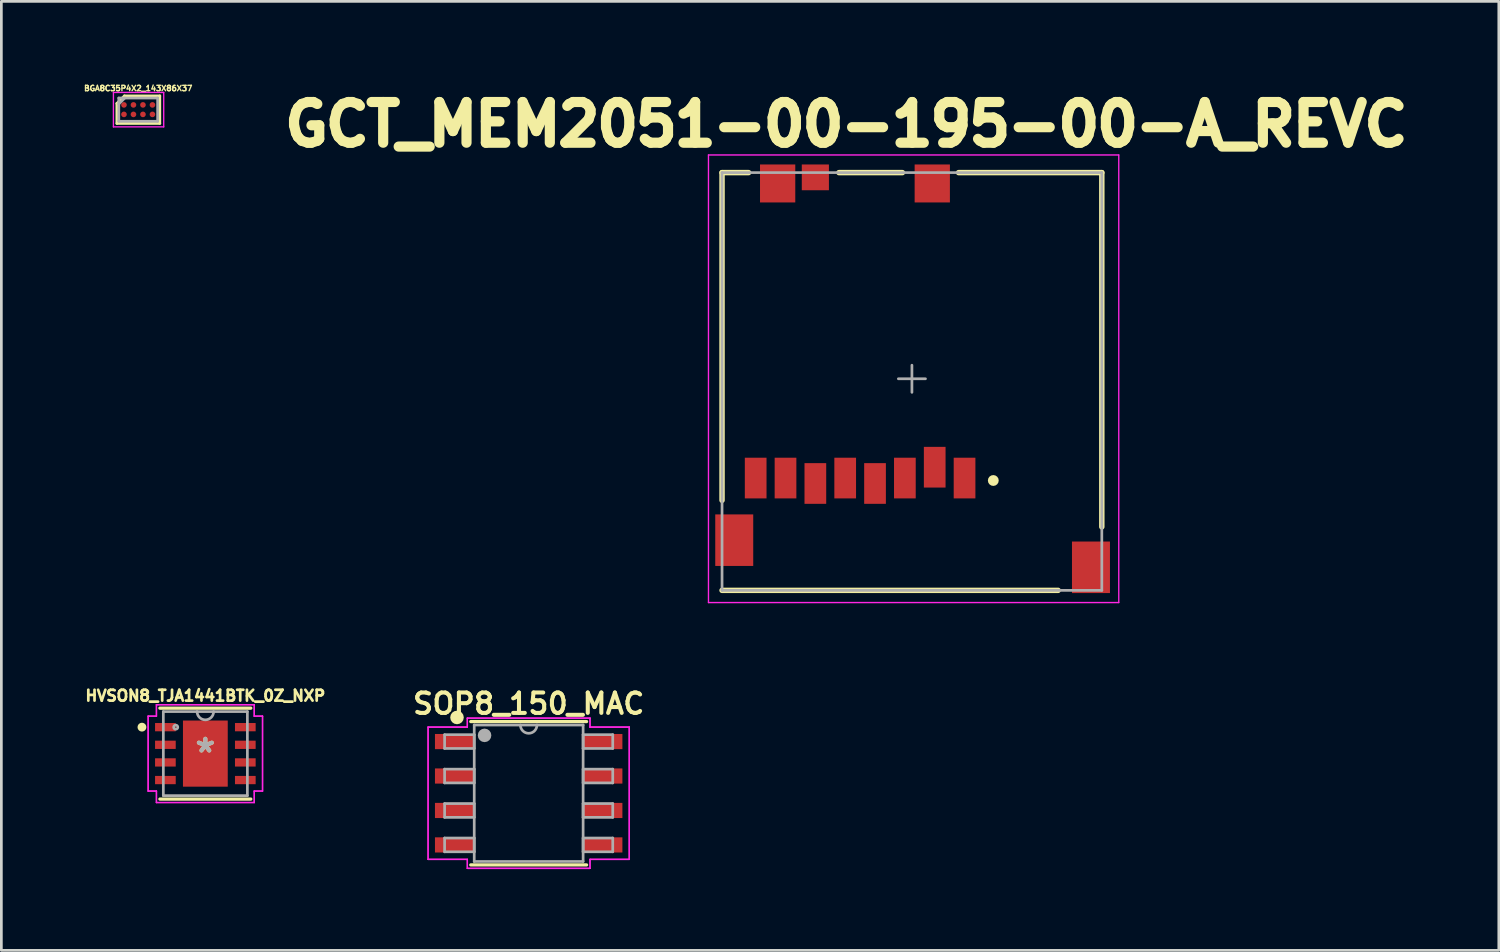
<source format=kicad_pcb>
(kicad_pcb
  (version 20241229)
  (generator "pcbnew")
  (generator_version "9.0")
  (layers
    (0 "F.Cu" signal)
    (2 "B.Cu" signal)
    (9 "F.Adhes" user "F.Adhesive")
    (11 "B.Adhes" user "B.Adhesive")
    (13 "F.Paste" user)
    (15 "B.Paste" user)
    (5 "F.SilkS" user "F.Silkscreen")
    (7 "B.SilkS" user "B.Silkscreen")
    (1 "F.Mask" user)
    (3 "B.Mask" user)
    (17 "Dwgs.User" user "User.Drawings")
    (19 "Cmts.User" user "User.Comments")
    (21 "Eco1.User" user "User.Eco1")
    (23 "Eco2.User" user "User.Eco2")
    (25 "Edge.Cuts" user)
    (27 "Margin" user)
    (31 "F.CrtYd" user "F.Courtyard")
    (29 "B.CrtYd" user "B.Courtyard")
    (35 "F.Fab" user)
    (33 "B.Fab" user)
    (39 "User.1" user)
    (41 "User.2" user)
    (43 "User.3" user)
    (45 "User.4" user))
  (footprint "BGA8C35P4X2_143X86X37"
    (layer "F.Cu")
    (at 2.045 0.992)
    (property "Reference" "BGA8C35P4X2_143X86X37" (at 0 -0.787 0) (layer "F.SilkS") (effects (font (size 0.2 0.2) (thickness 0.05))))
    (attr smd)
    (fp_line (start -0.787 -0.229) (end -0.508 -0.508) (stroke (width 0.1) (type solid)) (layer "F.SilkS"))
    (fp_line (start -0.787 0.508) (end -0.787 -0.229) (stroke (width 0.1) (type solid)) (layer "F.SilkS"))
    (fp_line (start -0.508 -0.508) (end 0.796 -0.508) (stroke (width 0.1) (type solid)) (layer "F.SilkS"))
    (fp_line (start 0.796 -0.508) (end 0.796 0.508) (stroke (width 0.1) (type solid)) (layer "F.SilkS"))
    (fp_line (start 0.796 0.508) (end -0.787 0.508) (stroke (width 0.1) (type solid)) (layer "F.SilkS"))
    (fp_line (start -0.914 -0.635) (end 0.94 -0.635) (stroke (width 0.05) (type solid)) (layer "F.CrtYd"))
    (fp_line (start -0.914 0.635) (end -0.914 -0.635) (stroke (width 0.05) (type solid)) (layer "F.CrtYd"))
    (fp_line (start 0.94 -0.635) (end 0.94 0.635) (stroke (width 0.05) (type solid)) (layer "F.CrtYd"))
    (fp_line (start 0.94 0.635) (end -0.914 0.635) (stroke (width 0.05) (type solid)) (layer "F.CrtYd"))
    (fp_line (start -0.716 -0.428) (end 0.716 -0.428) (stroke (width 0.1) (type solid)) (layer "F.Fab"))
    (fp_line (start -0.716 -0.208) (end -0.496 -0.428) (stroke (width 0.1) (type solid)) (layer "F.Fab"))
    (fp_line (start -0.716 0.429) (end -0.716 -0.428) (stroke (width 0.1) (type solid)) (layer "F.Fab"))
    (fp_line (start 0.716 -0.428) (end 0.716 0.429) (stroke (width 0.1) (type solid)) (layer "F.Fab"))
    (fp_line (start 0.716 0.429) (end -0.716 0.429) (stroke (width 0.1) (type solid)) (layer "F.Fab"))
    (pad "A1" smd circle (at -0.525 -0.175 90) (size 0.208 0.208) (layers "F.Cu" "F.Mask" "F.Paste"))
    (pad "A2" smd circle (at -0.175 -0.175 90) (size 0.208 0.208) (layers "F.Cu" "F.Mask" "F.Paste"))
    (pad "A3" smd circle (at 0.175 -0.175 90) (size 0.208 0.208) (layers "F.Cu" "F.Mask" "F.Paste"))
    (pad "A4" smd circle (at 0.525 -0.175 90) (size 0.208 0.208) (layers "F.Cu" "F.Mask" "F.Paste"))
    (pad "B1" smd circle (at -0.525 0.175 90) (size 0.208 0.208) (layers "F.Cu" "F.Mask" "F.Paste"))
    (pad "B2" smd circle (at -0.175 0.175 90) (size 0.208 0.208) (layers "F.Cu" "F.Mask" "F.Paste"))
    (pad "B3" smd circle (at 0.175 0.175 90) (size 0.208 0.208) (layers "F.Cu" "F.Mask" "F.Paste"))
    (pad "B4" smd circle (at 0.525 0.175 90) (size 0.208 0.208) (layers "F.Cu" "F.Mask" "F.Paste")))
  (footprint "SOP8_150_MAC"
    (layer "F.Cu")
    (at 16.439 26.192)
    (property "Reference" "SOP8_150_MAC" (at 0 -3.302 0) (layer "F.SilkS") (effects (font (size 0.75 0.75) (thickness 0.15))))
    (attr through_hole)
    (fp_line (start -2.134 2.642) (end 2.134 2.642) (stroke (width 0.12) (type solid)) (layer "F.SilkS"))
    (fp_line (start 2.134 -2.642) (end -2.134 -2.642) (stroke (width 0.12) (type solid)) (layer "F.SilkS"))
    (fp_circle (center -2.642 -2.794) (end -2.642 -2.669) (stroke (width 0.25) (type solid)) (fill no) (layer "F.SilkS"))
    (fp_line (start -3.708 -2.438) (end -2.261 -2.438) (stroke (width 0.05) (type solid)) (layer "F.CrtYd"))
    (fp_line (start -3.708 -2.438) (end -2.261 -2.438) (stroke (width 0.05) (type solid)) (layer "F.CrtYd"))
    (fp_line (start -3.708 2.438) (end -3.708 -2.438) (stroke (width 0.05) (type solid)) (layer "F.CrtYd"))
    (fp_line (start -3.708 2.438) (end -3.708 -2.438) (stroke (width 0.05) (type solid)) (layer "F.CrtYd"))
    (fp_line (start -3.708 2.438) (end -2.261 2.438) (stroke (width 0.05) (type solid)) (layer "F.CrtYd"))
    (fp_line (start -2.261 -2.769) (end 2.261 -2.769) (stroke (width 0.05) (type solid)) (layer "F.CrtYd"))
    (fp_line (start -2.261 -2.769) (end 2.261 -2.769) (stroke (width 0.05) (type solid)) (layer "F.CrtYd"))
    (fp_line (start -2.261 -2.438) (end -2.261 -2.769) (stroke (width 0.05) (type solid)) (layer "F.CrtYd"))
    (fp_line (start -2.261 -2.438) (end -2.261 -2.769) (stroke (width 0.05) (type solid)) (layer "F.CrtYd"))
    (fp_line (start -2.261 2.438) (end -3.708 2.438) (stroke (width 0.05) (type solid)) (layer "F.CrtYd"))
    (fp_line (start -2.261 2.769) (end -2.261 2.438) (stroke (width 0.05) (type solid)) (layer "F.CrtYd"))
    (fp_line (start -2.261 2.769) (end -2.261 2.438) (stroke (width 0.05) (type solid)) (layer "F.CrtYd"))
    (fp_line (start 2.261 -2.769) (end 2.261 -2.438) (stroke (width 0.05) (type solid)) (layer "F.CrtYd"))
    (fp_line (start 2.261 -2.769) (end 2.261 -2.438) (stroke (width 0.05) (type solid)) (layer "F.CrtYd"))
    (fp_line (start 2.261 -2.438) (end 3.708 -2.438) (stroke (width 0.05) (type solid)) (layer "F.CrtYd"))
    (fp_line (start 2.261 2.438) (end 2.261 2.769) (stroke (width 0.05) (type solid)) (layer "F.CrtYd"))
    (fp_line (start 2.261 2.438) (end 2.261 2.769) (stroke (width 0.05) (type solid)) (layer "F.CrtYd"))
    (fp_line (start 2.261 2.769) (end -2.261 2.769) (stroke (width 0.05) (type solid)) (layer "F.CrtYd"))
    (fp_line (start 2.261 2.769) (end -2.261 2.769) (stroke (width 0.05) (type solid)) (layer "F.CrtYd"))
    (fp_line (start 3.708 -2.438) (end 2.261 -2.438) (stroke (width 0.05) (type solid)) (layer "F.CrtYd"))
    (fp_line (start 3.708 -2.438) (end 3.708 2.438) (stroke (width 0.05) (type solid)) (layer "F.CrtYd"))
    (fp_line (start 3.708 -2.438) (end 3.708 2.438) (stroke (width 0.05) (type solid)) (layer "F.CrtYd"))
    (fp_line (start 3.708 2.438) (end 2.261 2.438) (stroke (width 0.05) (type solid)) (layer "F.CrtYd"))
    (fp_line (start 3.708 2.438) (end 2.261 2.438) (stroke (width 0.05) (type solid)) (layer "F.CrtYd"))
    (fp_line (start -3.099 -2.159) (end -3.099 -1.651) (stroke (width 0.1) (type solid)) (layer "F.Fab"))
    (fp_line (start -3.099 -1.651) (end -2.007 -1.651) (stroke (width 0.1) (type solid)) (layer "F.Fab"))
    (fp_line (start -3.099 -0.889) (end -3.099 -0.381) (stroke (width 0.1) (type solid)) (layer "F.Fab"))
    (fp_line (start -3.099 -0.381) (end -2.007 -0.381) (stroke (width 0.1) (type solid)) (layer "F.Fab"))
    (fp_line (start -3.099 0.381) (end -3.099 0.889) (stroke (width 0.1) (type solid)) (layer "F.Fab"))
    (fp_line (start -3.099 0.889) (end -2.007 0.889) (stroke (width 0.1) (type solid)) (layer "F.Fab"))
    (fp_line (start -3.099 1.651) (end -3.099 2.159) (stroke (width 0.1) (type solid)) (layer "F.Fab"))
    (fp_line (start -3.099 2.159) (end -2.007 2.159) (stroke (width 0.1) (type solid)) (layer "F.Fab"))
    (fp_line (start -2.007 -2.515) (end -2.007 2.515) (stroke (width 0.1) (type solid)) (layer "F.Fab"))
    (fp_line (start -2.007 -2.159) (end -3.099 -2.159) (stroke (width 0.1) (type solid)) (layer "F.Fab"))
    (fp_line (start -2.007 -1.651) (end -2.007 -2.159) (stroke (width 0.1) (type solid)) (layer "F.Fab"))
    (fp_line (start -2.007 -0.889) (end -3.099 -0.889) (stroke (width 0.1) (type solid)) (layer "F.Fab"))
    (fp_line (start -2.007 -0.381) (end -2.007 -0.889) (stroke (width 0.1) (type solid)) (layer "F.Fab"))
    (fp_line (start -2.007 0.381) (end -3.099 0.381) (stroke (width 0.1) (type solid)) (layer "F.Fab"))
    (fp_line (start -2.007 0.889) (end -2.007 0.381) (stroke (width 0.1) (type solid)) (layer "F.Fab"))
    (fp_line (start -2.007 1.651) (end -3.099 1.651) (stroke (width 0.1) (type solid)) (layer "F.Fab"))
    (fp_line (start -2.007 2.159) (end -2.007 1.651) (stroke (width 0.1) (type solid)) (layer "F.Fab"))
    (fp_line (start -2.007 2.515) (end 2.007 2.515) (stroke (width 0.1) (type solid)) (layer "F.Fab"))
    (fp_line (start 2.007 -2.515) (end -2.007 -2.515) (stroke (width 0.1) (type solid)) (layer "F.Fab"))
    (fp_line (start 2.007 -2.159) (end 2.007 -1.651) (stroke (width 0.1) (type solid)) (layer "F.Fab"))
    (fp_line (start 2.007 -1.651) (end 3.099 -1.651) (stroke (width 0.1) (type solid)) (layer "F.Fab"))
    (fp_line (start 2.007 -0.889) (end 2.007 -0.381) (stroke (width 0.1) (type solid)) (layer "F.Fab"))
    (fp_line (start 2.007 -0.381) (end 3.099 -0.381) (stroke (width 0.1) (type solid)) (layer "F.Fab"))
    (fp_line (start 2.007 0.381) (end 2.007 0.889) (stroke (width 0.1) (type solid)) (layer "F.Fab"))
    (fp_line (start 2.007 0.889) (end 3.099 0.889) (stroke (width 0.1) (type solid)) (layer "F.Fab"))
    (fp_line (start 2.007 1.651) (end 2.007 2.159) (stroke (width 0.1) (type solid)) (layer "F.Fab"))
    (fp_line (start 2.007 2.159) (end 3.099 2.159) (stroke (width 0.1) (type solid)) (layer "F.Fab"))
    (fp_line (start 2.007 2.515) (end 2.007 -2.515) (stroke (width 0.1) (type solid)) (layer "F.Fab"))
    (fp_line (start 3.099 -2.159) (end 2.007 -2.159) (stroke (width 0.1) (type solid)) (layer "F.Fab"))
    (fp_line (start 3.099 -1.651) (end 3.099 -2.159) (stroke (width 0.1) (type solid)) (layer "F.Fab"))
    (fp_line (start 3.099 -0.889) (end 2.007 -0.889) (stroke (width 0.1) (type solid)) (layer "F.Fab"))
    (fp_line (start 3.099 -0.381) (end 3.099 -0.889) (stroke (width 0.1) (type solid)) (layer "F.Fab"))
    (fp_line (start 3.099 0.381) (end 2.007 0.381) (stroke (width 0.1) (type solid)) (layer "F.Fab"))
    (fp_line (start 3.099 0.889) (end 3.099 0.381) (stroke (width 0.1) (type solid)) (layer "F.Fab"))
    (fp_line (start 3.099 1.651) (end 2.007 1.651) (stroke (width 0.1) (type solid)) (layer "F.Fab"))
    (fp_line (start 3.099 2.159) (end 3.099 1.651) (stroke (width 0.1) (type solid)) (layer "F.Fab"))
    (fp_arc (start 0.3048 -2.5146) (mid 0 -2.2098) (end -0.3048 -2.5146) (stroke (width 0.1) (type solid)) (layer "F.Fab"))
    (fp_circle (center -1.626 -2.134) (end -1.501 -2.134) (stroke (width 0.25) (type solid)) (fill no) (layer "F.Fab"))
    (pad "1" smd rect (at -2.731 -1.905) (size 1.448 0.559) (layers "F.Cu" "F.Mask" "F.Paste"))
    (pad "2" smd rect (at -2.731 -0.635) (size 1.448 0.559) (layers "F.Cu" "F.Mask" "F.Paste"))
    (pad "3" smd rect (at -2.731 0.635) (size 1.448 0.559) (layers "F.Cu" "F.Mask" "F.Paste"))
    (pad "4" smd rect (at -2.731 1.905) (size 1.448 0.559) (layers "F.Cu" "F.Mask" "F.Paste"))
    (pad "5" smd rect (at 2.731 1.905) (size 1.448 0.559) (layers "F.Cu" "F.Mask" "F.Paste"))
    (pad "6" smd rect (at 2.731 0.635) (size 1.448 0.559) (layers "F.Cu" "F.Mask" "F.Paste"))
    (pad "7" smd rect (at 2.731 -0.635) (size 1.448 0.559) (layers "F.Cu" "F.Mask" "F.Paste"))
    (pad "8" smd rect (at 2.731 -1.905) (size 1.448 0.559) (layers "F.Cu" "F.Mask" "F.Paste")))
  (footprint "GCT_MEM2051-00-195-00-A_REVC"
    (layer "F.Cu")
    (at 30.567 10.913)
    (property "Reference" "GCT_MEM2051-00-195-00-A_REVC" (at -2.42 -9.377 0) (layer "F.SilkS") (effects (font (size 1.5 1.5) (thickness 0.375))))
    (attr through_hole)
    (fp_line (start -7 -7.6) (end -6.02 -7.6) (stroke (width 0.2) (type solid)) (layer "F.SilkS"))
    (fp_line (start -7 4.48) (end -7 -7.6) (stroke (width 0.2) (type solid)) (layer "F.SilkS"))
    (fp_line (start -7 7.8) (end 5.39 7.8) (stroke (width 0.2) (type solid)) (layer "F.SilkS"))
    (fp_line (start -2.69 -7.6) (end -0.35 -7.6) (stroke (width 0.2) (type solid)) (layer "F.SilkS"))
    (fp_line (start 1.72 -7.6) (end 7 -7.6) (stroke (width 0.2) (type solid)) (layer "F.SilkS"))
    (fp_line (start 7 5.46) (end 7 -7.6) (stroke (width 0.2) (type solid)) (layer "F.SilkS"))
    (fp_circle (center 3 3.75) (end 3.1 3.75) (stroke (width 0.2) (type solid)) (fill no) (layer "F.SilkS"))
    (fp_line (start -7.5 -8.25) (end 7.625 -8.25) (stroke (width 0.05) (type solid)) (layer "F.CrtYd"))
    (fp_line (start -7.5 8.25) (end -7.5 -8.25) (stroke (width 0.05) (type solid)) (layer "F.CrtYd"))
    (fp_line (start 7.625 -8.25) (end 7.625 8.25) (stroke (width 0.05) (type solid)) (layer "F.CrtYd"))
    (fp_line (start 7.625 8.25) (end -7.5 8.25) (stroke (width 0.05) (type solid)) (layer "F.CrtYd"))
    (fp_line (start -7 -7.6) (end 7 -7.6) (stroke (width 0.1) (type solid)) (layer "F.Fab"))
    (fp_line (start -7 7.8) (end -7 -7.6) (stroke (width 0.1) (type solid)) (layer "F.Fab"))
    (fp_line (start -7 7.8) (end 7 7.8) (stroke (width 0.1) (type solid)) (layer "F.Fab"))
    (fp_line (start -0.5 0) (end 0.5 0) (stroke (width 0.1) (type solid)) (layer "F.Fab"))
    (fp_line (start 0 0.5) (end 0 -0.5) (stroke (width 0.1) (type solid)) (layer "F.Fab"))
    (fp_line (start 7 7.8) (end 7 -7.6) (stroke (width 0.1) (type solid)) (layer "F.Fab"))
    (pad "1" smd rect (at 1.94 3.66) (size 0.8 1.5) (layers "F.Cu" "F.Mask" "F.Paste"))
    (pad "2" smd rect (at 0.84 3.26) (size 0.8 1.5) (layers "F.Cu" "F.Mask" "F.Paste"))
    (pad "3" smd rect (at -0.26 3.66) (size 0.8 1.5) (layers "F.Cu" "F.Mask" "F.Paste"))
    (pad "4" smd rect (at -1.36 3.86) (size 0.8 1.5) (layers "F.Cu" "F.Mask" "F.Paste"))
    (pad "5" smd rect (at -2.46 3.66) (size 0.8 1.5) (layers "F.Cu" "F.Mask" "F.Paste"))
    (pad "6" smd rect (at -3.56 3.86) (size 0.8 1.5) (layers "F.Cu" "F.Mask" "F.Paste"))
    (pad "7" smd rect (at -4.66 3.66) (size 0.8 1.5) (layers "F.Cu" "F.Mask" "F.Paste"))
    (pad "8" smd rect (at -5.76 3.66) (size 0.8 1.5) (layers "F.Cu" "F.Mask" "F.Paste"))
    (pad "9" smd rect (at -3.56 -7.425) (size 1 0.95) (layers "F.Cu" "F.Mask" "F.Paste"))
    (pad "10" smd rect (at -4.95 -7.2) (size 1.3 1.4) (layers "F.Cu" "F.Mask" "F.Paste"))
    (pad "11" smd rect (at 0.75 -7.2) (size 1.3 1.4) (layers "F.Cu" "F.Mask" "F.Paste"))
    (pad "12" smd rect (at -6.55 5.95) (size 1.4 1.9) (layers "F.Cu" "F.Mask" "F.Paste"))
    (pad "13" smd rect (at 6.6 6.95) (size 1.4 1.9) (layers "F.Cu" "F.Mask" "F.Paste"))
    (zone (net_name "") (layer "F.Cu") (hatch full 0.508) (connect_pads) (min_thickness 0.01) (filled_areas_thickness no) (keepout (tracks not_allowed) (vias not_allowed) (pads not_allowed) (copperpour not_allowed) (footprints allowed)) (placement (enabled no)) (fill) (polygon (pts (xy 24.309 7.243) (xy 33.017 7.243) (xy 33.017 9.541) (xy 24.309 9.541)))))
  (footprint "HVSON8_TJA1441BTK_0Z_NXP"
    (layer "F.Cu")
    (at 4.52 24.731)
    (property "Reference" "HVSON8_TJA1441BTK_0Z_NXP" (at 0 -2.134 0) (layer "F.SilkS") (effects (font (size 0.4 0.4) (thickness 0.1))))
    (attr through_hole)
    (fp_line (start -1.676 1.676) (end 1.676 1.676) (stroke (width 0.12) (type solid)) (layer "F.SilkS"))
    (fp_line (start 1.676 -1.676) (end -1.676 -1.676) (stroke (width 0.12) (type solid)) (layer "F.SilkS"))
    (fp_circle (center -2.337 -0.975) (end -2.235 -0.975) (stroke (width 0.12) (type solid)) (fill yes) (layer "F.SilkS"))
    (fp_line (start -2.108 -1.381) (end -1.803 -1.381) (stroke (width 0.05) (type solid)) (layer "F.CrtYd"))
    (fp_line (start -2.108 -1.381) (end -1.803 -1.381) (stroke (width 0.05) (type solid)) (layer "F.CrtYd"))
    (fp_line (start -2.108 1.381) (end -2.108 -1.381) (stroke (width 0.05) (type solid)) (layer "F.CrtYd"))
    (fp_line (start -2.108 1.381) (end -2.108 -1.381) (stroke (width 0.05) (type solid)) (layer "F.CrtYd"))
    (fp_line (start -2.108 1.381) (end -1.803 1.381) (stroke (width 0.05) (type solid)) (layer "F.CrtYd"))
    (fp_line (start -1.803 -1.803) (end 1.803 -1.803) (stroke (width 0.05) (type solid)) (layer "F.CrtYd"))
    (fp_line (start -1.803 -1.803) (end 1.803 -1.803) (stroke (width 0.05) (type solid)) (layer "F.CrtYd"))
    (fp_line (start -1.803 -1.381) (end -1.803 -1.803) (stroke (width 0.05) (type solid)) (layer "F.CrtYd"))
    (fp_line (start -1.803 -1.381) (end -1.803 -1.803) (stroke (width 0.05) (type solid)) (layer "F.CrtYd"))
    (fp_line (start -1.803 1.381) (end -2.108 1.381) (stroke (width 0.05) (type solid)) (layer "F.CrtYd"))
    (fp_line (start -1.803 1.803) (end -1.803 1.381) (stroke (width 0.05) (type solid)) (layer "F.CrtYd"))
    (fp_line (start -1.803 1.803) (end -1.803 1.381) (stroke (width 0.05) (type solid)) (layer "F.CrtYd"))
    (fp_line (start 1.803 -1.803) (end 1.803 -1.381) (stroke (width 0.05) (type solid)) (layer "F.CrtYd"))
    (fp_line (start 1.803 -1.803) (end 1.803 -1.381) (stroke (width 0.05) (type solid)) (layer "F.CrtYd"))
    (fp_line (start 1.803 -1.381) (end 2.108 -1.381) (stroke (width 0.05) (type solid)) (layer "F.CrtYd"))
    (fp_line (start 1.803 1.381) (end 1.803 1.803) (stroke (width 0.05) (type solid)) (layer "F.CrtYd"))
    (fp_line (start 1.803 1.381) (end 1.803 1.803) (stroke (width 0.05) (type solid)) (layer "F.CrtYd"))
    (fp_line (start 1.803 1.803) (end -1.803 1.803) (stroke (width 0.05) (type solid)) (layer "F.CrtYd"))
    (fp_line (start 1.803 1.803) (end -1.803 1.803) (stroke (width 0.05) (type solid)) (layer "F.CrtYd"))
    (fp_line (start 2.108 -1.381) (end 1.803 -1.381) (stroke (width 0.05) (type solid)) (layer "F.CrtYd"))
    (fp_line (start 2.108 -1.381) (end 2.108 1.381) (stroke (width 0.05) (type solid)) (layer "F.CrtYd"))
    (fp_line (start 2.108 -1.381) (end 2.108 1.381) (stroke (width 0.05) (type solid)) (layer "F.CrtYd"))
    (fp_line (start 2.108 1.381) (end 1.803 1.381) (stroke (width 0.05) (type solid)) (layer "F.CrtYd"))
    (fp_line (start 2.108 1.381) (end 1.803 1.381) (stroke (width 0.05) (type solid)) (layer "F.CrtYd"))
    (fp_line (start -1.549 -1.549) (end -1.549 1.549) (stroke (width 0.1) (type solid)) (layer "F.Fab"))
    (fp_line (start -1.549 1.549) (end 1.549 1.549) (stroke (width 0.1) (type solid)) (layer "F.Fab"))
    (fp_line (start 1.549 -1.549) (end -1.549 -1.549) (stroke (width 0.1) (type solid)) (layer "F.Fab"))
    (fp_line (start 1.549 1.549) (end 1.549 -1.549) (stroke (width 0.1) (type solid)) (layer "F.Fab"))
    (fp_arc (start 0.3048 -1.5494) (mid 0 -1.2446) (end -0.3048 -1.5494) (stroke (width 0.1) (type solid)) (layer "F.Fab"))
    (fp_circle (center -1.092 -0.975) (end -1.016 -0.975) (stroke (width 0.1) (type solid)) (fill no) (layer "F.Fab"))
    (fp_text user "*" (at 0 0 0) (layer "F.SilkS") (effects (font (size 1 1) (thickness 0.15))))
    (fp_text user "*" (at 0 0 0) (layer "F.Fab") (effects (font (size 1 1) (thickness 0.15))))
    (pad "1" smd rect (at -1.473 -0.975) (size 0.762 0.305) (layers "F.Cu" "F.Mask" "F.Paste"))
    (pad "2" smd rect (at -1.473 -0.325) (size 0.762 0.305) (layers "F.Cu" "F.Mask" "F.Paste"))
    (pad "3" smd rect (at -1.473 0.325) (size 0.762 0.305) (layers "F.Cu" "F.Mask" "F.Paste"))
    (pad "4" smd rect (at -1.473 0.975) (size 0.762 0.305) (layers "F.Cu" "F.Mask" "F.Paste"))
    (pad "5" smd rect (at 1.473 0.975) (size 0.762 0.305) (layers "F.Cu" "F.Mask" "F.Paste"))
    (pad "6" smd rect (at 1.473 0.325) (size 0.762 0.305) (layers "F.Cu" "F.Mask" "F.Paste"))
    (pad "7" smd rect (at 1.473 -0.325) (size 0.762 0.305) (layers "F.Cu" "F.Mask" "F.Paste"))
    (pad "8" smd rect (at 1.473 -0.975) (size 0.762 0.305) (layers "F.Cu" "F.Mask" "F.Paste"))
    (pad "9" smd rect (at 0 0) (size 1.651 2.438) (layers "F.Cu" "F.Mask" "F.Paste")))
  (gr_rect
    (start -3 -3)
    (end 52.202 31.985)
    (stroke (width 0.1) (type default))
    (fill no)
    (layer "Edge.Cuts")))
</source>
